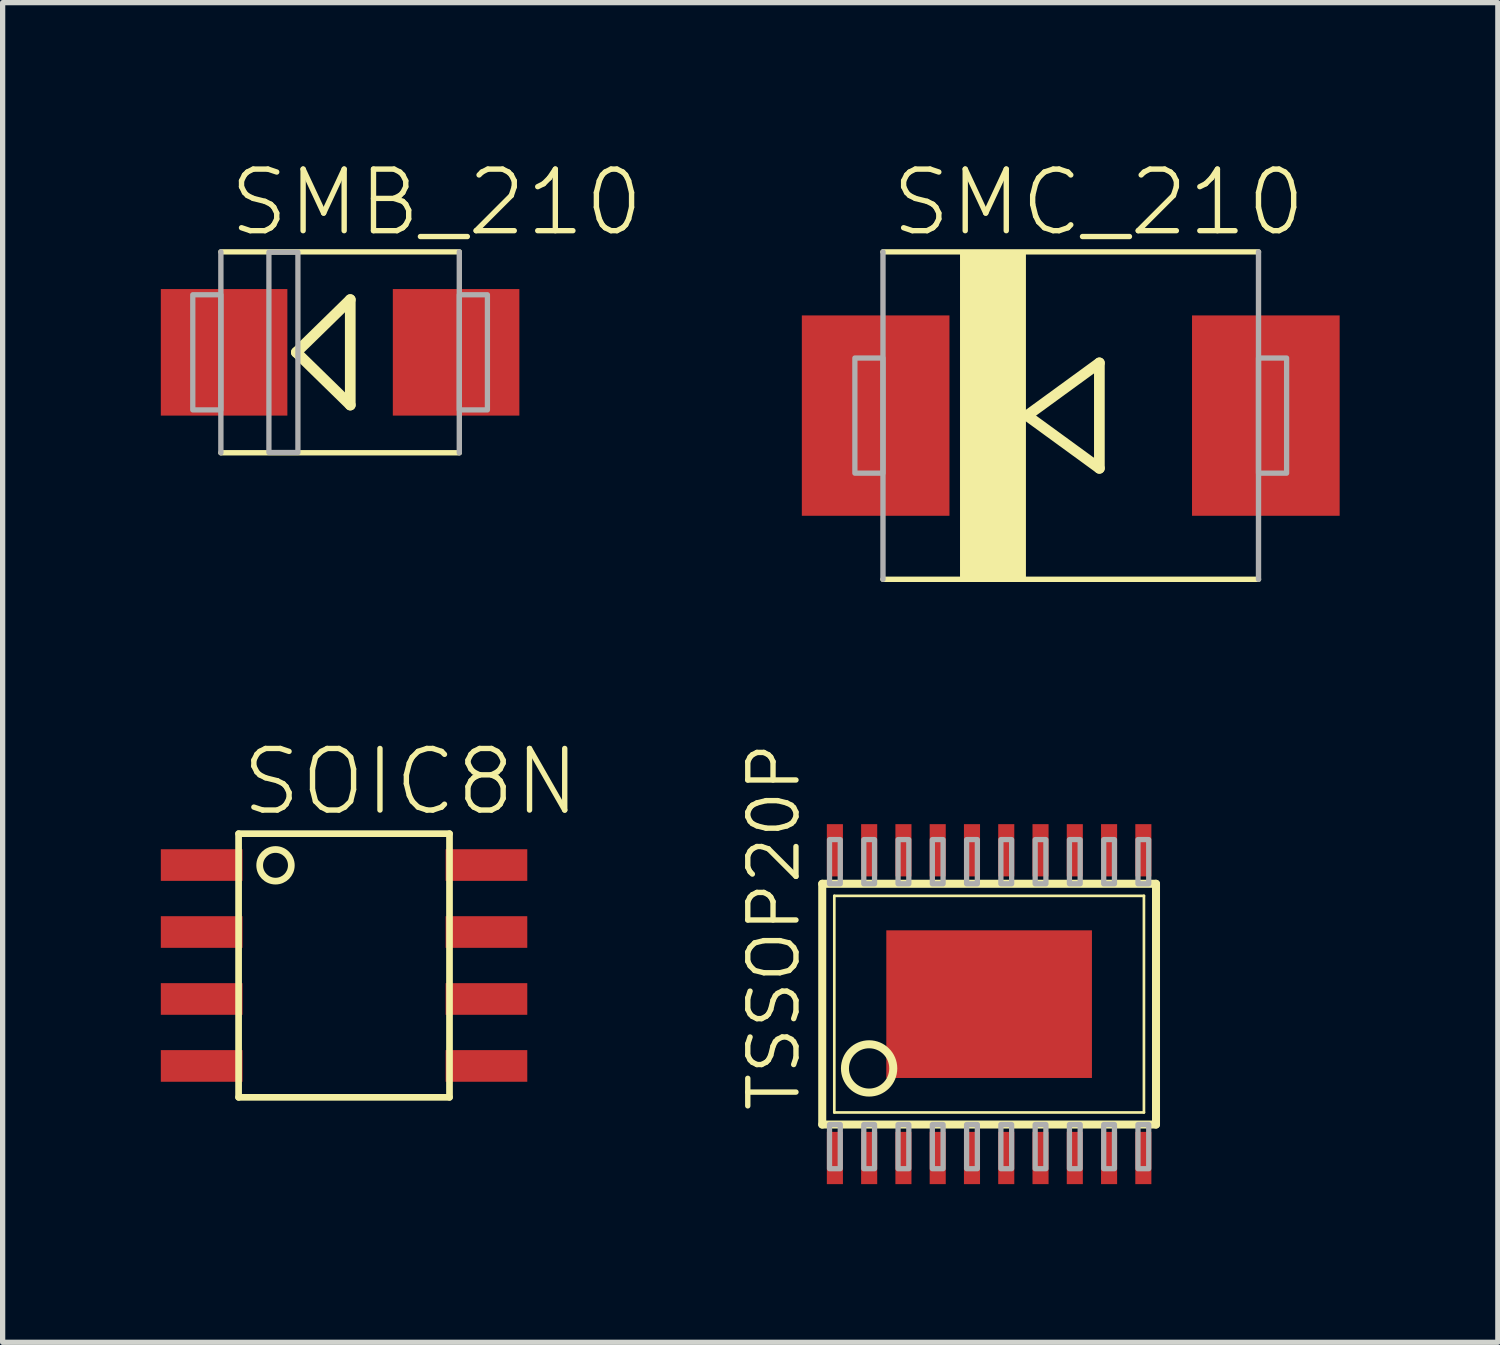
<source format=kicad_pcb>
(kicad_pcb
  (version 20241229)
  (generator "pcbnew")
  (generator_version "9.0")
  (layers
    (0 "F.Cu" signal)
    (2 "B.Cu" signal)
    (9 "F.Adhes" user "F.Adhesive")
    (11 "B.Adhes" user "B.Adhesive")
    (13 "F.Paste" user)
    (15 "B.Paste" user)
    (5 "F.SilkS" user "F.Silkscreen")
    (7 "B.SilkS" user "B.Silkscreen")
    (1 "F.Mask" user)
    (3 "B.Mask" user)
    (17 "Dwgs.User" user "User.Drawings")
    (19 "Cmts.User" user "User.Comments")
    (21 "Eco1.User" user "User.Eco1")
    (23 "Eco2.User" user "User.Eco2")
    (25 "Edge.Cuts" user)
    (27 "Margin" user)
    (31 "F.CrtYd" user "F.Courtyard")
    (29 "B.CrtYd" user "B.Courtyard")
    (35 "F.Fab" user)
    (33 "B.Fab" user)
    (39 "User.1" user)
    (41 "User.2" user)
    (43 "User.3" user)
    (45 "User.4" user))
  (footprint "SOIC8N"
    (layer "F.Cu")
    (at 3.475 15.261)
    (property "Reference" "SOIC8N" (at -2 -2.8 0) (unlocked yes) (layer "F.SilkS") (effects (font (size 1.168 1.168) (thickness 0.102)) (justify left bottom)))
    (fp_line (start -2 -2.5) (end -2 2.5) (stroke (width 0.127) (type solid)) (layer "F.SilkS"))
    (fp_line (start -2 2.5) (end 2 2.5) (stroke (width 0.127) (type solid)) (layer "F.SilkS"))
    (fp_line (start 2 -2.5) (end -2 -2.5) (stroke (width 0.127) (type solid)) (layer "F.SilkS"))
    (fp_line (start 2 2.5) (end 2 -2.5) (stroke (width 0.127) (type solid)) (layer "F.SilkS"))
    (fp_circle (center -1.3 -1.9) (end -1 -1.9) (stroke (width 0.127) (type solid)) (fill no) (layer "F.SilkS"))
    (pad "1" smd rect (at -2.7 -1.905 270) (size 0.6 1.55) (layers "F.Cu" "F.Mask" "F.Paste"))
    (pad "2" smd rect (at -2.7 -0.635 270) (size 0.6 1.55) (layers "F.Cu" "F.Mask" "F.Paste"))
    (pad "3" smd rect (at -2.7 0.635 270) (size 0.6 1.55) (layers "F.Cu" "F.Mask" "F.Paste"))
    (pad "4" smd rect (at -2.7 1.905 270) (size 0.6 1.55) (layers "F.Cu" "F.Mask" "F.Paste"))
    (pad "5" smd rect (at 2.7 1.905 270) (size 0.6 1.55) (layers "F.Cu" "F.Mask" "F.Paste"))
    (pad "6" smd rect (at 2.7 0.635 270) (size 0.6 1.55) (layers "F.Cu" "F.Mask" "F.Paste"))
    (pad "7" smd rect (at 2.7 -0.635 270) (size 0.6 1.55) (layers "F.Cu" "F.Mask" "F.Paste"))
    (pad "8" smd rect (at 2.7 -1.905 270) (size 0.6 1.55) (layers "F.Cu" "F.Mask" "F.Paste")))
  (footprint "TSSOP20P"
    (layer "F.Cu")
    (at 15.709 15.994)
    (property "Reference" "TSSOP20P" (at -3.546 2.083 90) (unlocked yes) (layer "F.SilkS") (effects (font (size 0.914 0.914) (thickness 0.102)) (justify left bottom)))
    (fp_line (start -3.165 2.283) (end -3.165 -2.283) (stroke (width 0.152) (type solid)) (layer "F.SilkS"))
    (fp_line (start -3.165 2.283) (end 3.165 2.283) (stroke (width 0.152) (type solid)) (layer "F.SilkS"))
    (fp_line (start -2.936 2.054) (end -2.936 -2.054) (stroke (width 0.051) (type solid)) (layer "F.SilkS"))
    (fp_line (start -2.936 2.054) (end 2.936 2.054) (stroke (width 0.051) (type solid)) (layer "F.SilkS"))
    (fp_line (start 2.936 -2.054) (end -2.936 -2.054) (stroke (width 0.051) (type solid)) (layer "F.SilkS"))
    (fp_line (start 2.936 -2.054) (end 2.936 2.054) (stroke (width 0.051) (type solid)) (layer "F.SilkS"))
    (fp_line (start 3.165 -2.283) (end -3.165 -2.283) (stroke (width 0.152) (type solid)) (layer "F.SilkS"))
    (fp_line (start 3.165 -2.283) (end 3.165 2.283) (stroke (width 0.152) (type solid)) (layer "F.SilkS"))
    (fp_circle (center -2.276 1.219) (end -1.818 1.219) (stroke (width 0.152) (type solid)) (fill no) (layer "F.SilkS"))
    (fp_poly (pts (xy -3.027 -2.283) (xy -2.823 -2.283) (xy -2.823 -3.121) (xy -3.027 -3.121)) (stroke (width 0.1) (type default)) (fill no) (layer "F.Fab"))
    (fp_poly (pts (xy -3.027 3.121) (xy -2.823 3.121) (xy -2.823 2.283) (xy -3.027 2.283)) (stroke (width 0.1) (type default)) (fill no) (layer "F.Fab"))
    (fp_poly (pts (xy -2.377 -2.283) (xy -2.173 -2.283) (xy -2.173 -3.121) (xy -2.377 -3.121)) (stroke (width 0.1) (type default)) (fill no) (layer "F.Fab"))
    (fp_poly (pts (xy -2.377 3.121) (xy -2.173 3.121) (xy -2.173 2.283) (xy -2.377 2.283)) (stroke (width 0.1) (type default)) (fill no) (layer "F.Fab"))
    (fp_poly (pts (xy -1.727 -2.283) (xy -1.523 -2.283) (xy -1.523 -3.121) (xy -1.727 -3.121)) (stroke (width 0.1) (type default)) (fill no) (layer "F.Fab"))
    (fp_poly (pts (xy -1.727 3.121) (xy -1.523 3.121) (xy -1.523 2.283) (xy -1.727 2.283)) (stroke (width 0.1) (type default)) (fill no) (layer "F.Fab"))
    (fp_poly (pts (xy -1.077 -2.283) (xy -0.873 -2.283) (xy -0.873 -3.121) (xy -1.077 -3.121)) (stroke (width 0.1) (type default)) (fill no) (layer "F.Fab"))
    (fp_poly (pts (xy -1.077 3.121) (xy -0.873 3.121) (xy -0.873 2.283) (xy -1.077 2.283)) (stroke (width 0.1) (type default)) (fill no) (layer "F.Fab"))
    (fp_poly (pts (xy -0.427 -2.283) (xy -0.223 -2.283) (xy -0.223 -3.121) (xy -0.427 -3.121)) (stroke (width 0.1) (type default)) (fill no) (layer "F.Fab"))
    (fp_poly (pts (xy -0.427 3.121) (xy -0.223 3.121) (xy -0.223 2.283) (xy -0.427 2.283)) (stroke (width 0.1) (type default)) (fill no) (layer "F.Fab"))
    (fp_poly (pts (xy 0.223 -2.283) (xy 0.427 -2.283) (xy 0.427 -3.121) (xy 0.223 -3.121)) (stroke (width 0.1) (type default)) (fill no) (layer "F.Fab"))
    (fp_poly (pts (xy 0.223 3.121) (xy 0.427 3.121) (xy 0.427 2.283) (xy 0.223 2.283)) (stroke (width 0.1) (type default)) (fill no) (layer "F.Fab"))
    (fp_poly (pts (xy 0.873 -2.283) (xy 1.077 -2.283) (xy 1.077 -3.121) (xy 0.873 -3.121)) (stroke (width 0.1) (type default)) (fill no) (layer "F.Fab"))
    (fp_poly (pts (xy 0.873 3.121) (xy 1.077 3.121) (xy 1.077 2.283) (xy 0.873 2.283)) (stroke (width 0.1) (type default)) (fill no) (layer "F.Fab"))
    (fp_poly (pts (xy 1.523 -2.283) (xy 1.727 -2.283) (xy 1.727 -3.121) (xy 1.523 -3.121)) (stroke (width 0.1) (type default)) (fill no) (layer "F.Fab"))
    (fp_poly (pts (xy 1.523 3.121) (xy 1.727 3.121) (xy 1.727 2.283) (xy 1.523 2.283)) (stroke (width 0.1) (type default)) (fill no) (layer "F.Fab"))
    (fp_poly (pts (xy 2.173 -2.283) (xy 2.377 -2.283) (xy 2.377 -3.121) (xy 2.173 -3.121)) (stroke (width 0.1) (type default)) (fill no) (layer "F.Fab"))
    (fp_poly (pts (xy 2.173 3.121) (xy 2.377 3.121) (xy 2.377 2.283) (xy 2.173 2.283)) (stroke (width 0.1) (type default)) (fill no) (layer "F.Fab"))
    (fp_poly (pts (xy 2.823 -2.283) (xy 3.027 -2.283) (xy 3.027 -3.121) (xy 2.823 -3.121)) (stroke (width 0.1) (type default)) (fill no) (layer "F.Fab"))
    (fp_poly (pts (xy 2.823 3.121) (xy 3.027 3.121) (xy 3.027 2.283) (xy 2.823 2.283)) (stroke (width 0.1) (type default)) (fill no) (layer "F.Fab"))
    (pad "1" smd rect (at -2.925 2.918) (size 0.305 0.991) (layers "F.Cu" "F.Mask" "F.Paste"))
    (pad "2" smd rect (at -2.275 2.918) (size 0.305 0.991) (layers "F.Cu" "F.Mask" "F.Paste"))
    (pad "3" smd rect (at -1.625 2.918) (size 0.305 0.991) (layers "F.Cu" "F.Mask" "F.Paste"))
    (pad "4" smd rect (at -0.975 2.918) (size 0.305 0.991) (layers "F.Cu" "F.Mask" "F.Paste"))
    (pad "5" smd rect (at -0.325 2.918) (size 0.305 0.991) (layers "F.Cu" "F.Mask" "F.Paste"))
    (pad "6" smd rect (at 0.325 2.918) (size 0.305 0.991) (layers "F.Cu" "F.Mask" "F.Paste"))
    (pad "7" smd rect (at 0.975 2.918) (size 0.305 0.991) (layers "F.Cu" "F.Mask" "F.Paste"))
    (pad "8" smd rect (at 1.625 2.918) (size 0.305 0.991) (layers "F.Cu" "F.Mask" "F.Paste"))
    (pad "9" smd rect (at 2.275 2.918) (size 0.305 0.991) (layers "F.Cu" "F.Mask" "F.Paste"))
    (pad "10" smd rect (at 2.925 2.918) (size 0.305 0.991) (layers "F.Cu" "F.Mask" "F.Paste"))
    (pad "11" smd rect (at 2.925 -2.918) (size 0.305 0.991) (layers "F.Cu" "F.Mask" "F.Paste"))
    (pad "12" smd rect (at 2.275 -2.918) (size 0.305 0.991) (layers "F.Cu" "F.Mask" "F.Paste"))
    (pad "13" smd rect (at 1.625 -2.918) (size 0.305 0.991) (layers "F.Cu" "F.Mask" "F.Paste"))
    (pad "14" smd rect (at 0.975 -2.918) (size 0.305 0.991) (layers "F.Cu" "F.Mask" "F.Paste"))
    (pad "15" smd rect (at 0.325 -2.918) (size 0.305 0.991) (layers "F.Cu" "F.Mask" "F.Paste"))
    (pad "16" smd rect (at -0.325 -2.918) (size 0.305 0.991) (layers "F.Cu" "F.Mask" "F.Paste"))
    (pad "17" smd rect (at -0.975 -2.918) (size 0.305 0.991) (layers "F.Cu" "F.Mask" "F.Paste"))
    (pad "18" smd rect (at -1.625 -2.918) (size 0.305 0.991) (layers "F.Cu" "F.Mask" "F.Paste"))
    (pad "19" smd rect (at -2.275 -2.918) (size 0.305 0.991) (layers "F.Cu" "F.Mask" "F.Paste"))
    (pad "20" smd rect (at -2.925 -2.918) (size 0.305 0.991) (layers "F.Cu" "F.Mask" "F.Paste"))
    (pad "PAD" smd rect (at 0 0) (size 3.9 2.8) (layers "F.Cu" "F.Mask" "F.Paste")))
  (footprint "SMB_210"
    (layer "F.Cu")
    (at 3.4 3.632)
    (property "Reference" "SMB_210" (at -2.159 -2.159 0) (unlocked yes) (layer "F.SilkS") (effects (font (size 1.168 1.168) (thickness 0.102)) (justify left bottom)))
    (fp_line (start -2.261 -1.905) (end 2.261 -1.905) (stroke (width 0.102) (type solid)) (layer "F.SilkS"))
    (fp_line (start -2.261 1.905) (end 2.261 1.905) (stroke (width 0.102) (type solid)) (layer "F.SilkS"))
    (fp_line (start -0.83 0) (end 0.193 1) (stroke (width 0.203) (type solid)) (layer "F.SilkS"))
    (fp_line (start 0.193 -1) (end -0.83 0) (stroke (width 0.203) (type solid)) (layer "F.SilkS"))
    (fp_line (start 0.193 1) (end 0.193 -1) (stroke (width 0.203) (type solid)) (layer "F.SilkS"))
    (fp_line (start -2.261 1.905) (end -2.261 -1.905) (stroke (width 0.102) (type solid)) (layer "F.Fab"))
    (fp_line (start 2.261 1.905) (end 2.261 -1.905) (stroke (width 0.102) (type solid)) (layer "F.Fab"))
    (fp_poly (pts (xy -2.794 1.092) (xy -2.261 1.092) (xy -2.261 -1.092) (xy -2.794 -1.092)) (stroke (width 0.1) (type default)) (fill no) (layer "F.Fab"))
    (fp_poly (pts (xy -1.35 1.9) (xy -0.8 1.9) (xy -0.8 -1.9) (xy -1.35 -1.9)) (stroke (width 0.1) (type default)) (fill no) (layer "F.Fab"))
    (fp_poly (pts (xy 2.261 1.092) (xy 2.794 1.092) (xy 2.794 -1.092) (xy 2.261 -1.092)) (stroke (width 0.1) (type default)) (fill no) (layer "F.Fab"))
    (pad "A" smd rect (at 2.2 0) (size 2.4 2.4) (layers "F.Cu" "F.Mask" "F.Paste"))
    (pad "C" smd rect (at -2.2 0) (size 2.4 2.4) (layers "F.Cu" "F.Mask" "F.Paste")))
  (footprint "SMC_210"
    (layer "F.Cu")
    (at 17.257 4.832)
    (property "Reference" "SMC_210" (at -3.459 -3.359 0) (unlocked yes) (layer "F.SilkS") (effects (font (size 1.168 1.168) (thickness 0.102)) (justify left bottom)))
    (fp_line (start -3.561 -3.105) (end 3.561 -3.105) (stroke (width 0.102) (type solid)) (layer "F.SilkS"))
    (fp_line (start -3.561 3.105) (end 3.561 3.105) (stroke (width 0.102) (type solid)) (layer "F.SilkS"))
    (fp_line (start -0.83 0) (end 0.543 1) (stroke (width 0.203) (type solid)) (layer "F.SilkS"))
    (fp_line (start 0.543 -1) (end -0.83 0) (stroke (width 0.203) (type solid)) (layer "F.SilkS"))
    (fp_line (start 0.543 1) (end 0.543 -1) (stroke (width 0.203) (type solid)) (layer "F.SilkS"))
    (fp_poly (pts (xy -2.1 3.1) (xy -0.85 3.1) (xy -0.85 -3.1) (xy -2.1 -3.1)) (stroke (width 0) (type default)) (fill yes) (layer "F.SilkS"))
    (fp_line (start -3.561 3.105) (end -3.561 -3.105) (stroke (width 0.102) (type solid)) (layer "F.Fab"))
    (fp_line (start 3.561 3.105) (end 3.561 -3.105) (stroke (width 0.102) (type solid)) (layer "F.Fab"))
    (fp_poly (pts (xy -4.094 1.092) (xy -3.561 1.092) (xy -3.561 -1.092) (xy -4.094 -1.092)) (stroke (width 0.1) (type default)) (fill no) (layer "F.Fab"))
    (fp_poly (pts (xy 3.561 1.092) (xy 4.094 1.092) (xy 4.094 -1.092) (xy 3.561 -1.092)) (stroke (width 0.1) (type default)) (fill no) (layer "F.Fab"))
    (pad "A" smd rect (at 3.7 0) (size 2.8 3.8) (layers "F.Cu" "F.Mask" "F.Paste"))
    (pad "C" smd rect (at -3.7 0) (size 2.8 3.8) (layers "F.Cu" "F.Mask" "F.Paste")))
  (gr_rect
    (start -3 -3)
    (end 25.357 22.407)
    (stroke (width 0.1) (type default))
    (fill no)
    (layer "Edge.Cuts")))
</source>
